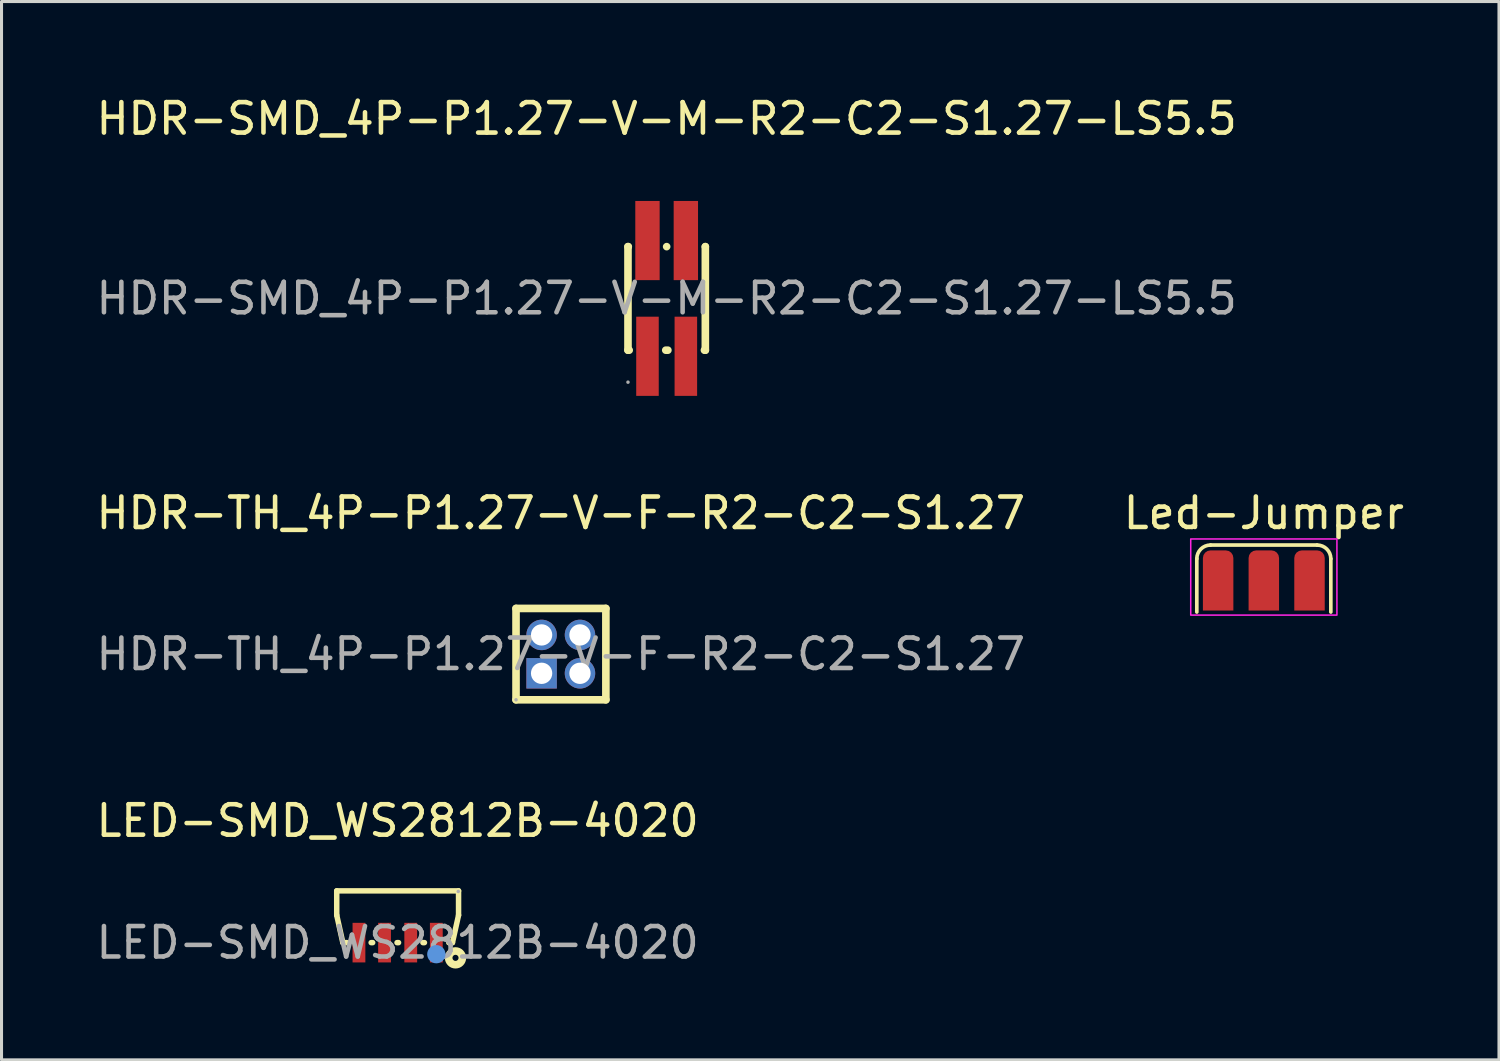
<source format=kicad_pcb>
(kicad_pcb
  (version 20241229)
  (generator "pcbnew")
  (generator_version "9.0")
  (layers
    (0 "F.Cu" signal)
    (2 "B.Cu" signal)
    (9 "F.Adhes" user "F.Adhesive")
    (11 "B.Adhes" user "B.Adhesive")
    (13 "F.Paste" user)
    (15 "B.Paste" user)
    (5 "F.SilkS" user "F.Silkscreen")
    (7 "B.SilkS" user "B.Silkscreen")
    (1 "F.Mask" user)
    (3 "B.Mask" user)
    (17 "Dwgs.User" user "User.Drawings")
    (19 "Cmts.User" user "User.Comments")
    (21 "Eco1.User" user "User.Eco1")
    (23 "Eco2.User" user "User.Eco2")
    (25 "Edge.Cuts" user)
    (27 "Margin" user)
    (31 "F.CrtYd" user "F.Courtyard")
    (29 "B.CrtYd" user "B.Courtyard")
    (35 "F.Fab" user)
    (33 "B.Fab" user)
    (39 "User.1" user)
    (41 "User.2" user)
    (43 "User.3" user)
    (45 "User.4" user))
  (footprint "Led-Jumper"
    (layer "F.Cu")
    (at 38.446 15.896)
    (property "Reference" "Led-Jumper" (at 0 -2.1 0) (layer "F.SilkS") (effects (font (size 1 1) (thickness 0.15))))
    (attr exclude_from_pos_files exclude_from_bom)
    (fp_line (start -2.2 -0.6) (end -2.2 1.15) (stroke (width 0.12) (type solid)) (layer "F.SilkS"))
    (fp_line (start 1.75 -1.05) (end -1.75 -1.05) (stroke (width 0.12) (type solid)) (layer "F.SilkS"))
    (fp_line (start 2.2 -0.6) (end 2.2 1.15) (stroke (width 0.12) (type solid)) (layer "F.SilkS"))
    (fp_arc (start -2.2 -0.6) (mid -2.068198 -0.918198) (end -1.75 -1.05) (stroke (width 0.12) (type solid)) (layer "F.SilkS"))
    (fp_arc (start 1.75 -1.05) (mid 2.068198 -0.918198) (end 2.2 -0.6) (stroke (width 0.12) (type solid)) (layer "F.SilkS"))
    (fp_rect (start -2.4 -1.25) (end 2.4 1.25) (stroke (width 0.05) (type default)) (fill no) (layer "F.CrtYd"))
    (pad "" smd roundrect (at -1.5 0.212) (size 1 2.175) (layers "F.Mask") (roundrect_rratio 0.25) (chamfer_ratio 0) (chamfer bottom_left bottom_right))
    (pad "" smd roundrect (at 0 0.212) (size 1 2.175) (layers "F.Mask") (roundrect_rratio 0.25) (chamfer_ratio 0) (chamfer bottom_left bottom_right))
    (pad "" smd roundrect (at 1.5 0.212) (size 1 2.175) (layers "F.Mask") (roundrect_rratio 0.25) (chamfer_ratio 0) (chamfer bottom_left bottom_right))
    (pad "1" smd roundrect (at -1.5 0.113) (size 1 1.975) (layers "F.Cu" "F.Mask") (roundrect_rratio 0.25) (chamfer_ratio 0) (chamfer bottom_left bottom_right))
    (pad "2" smd roundrect (at 0 0.113) (size 1 1.975) (layers "F.Cu" "F.Mask") (roundrect_rratio 0.25) (chamfer_ratio 0) (chamfer bottom_left bottom_right))
    (pad "3" smd roundrect (at 1.5 0.113) (size 1 1.975) (layers "F.Cu" "F.Mask") (roundrect_rratio 0.25) (chamfer_ratio 0) (chamfer bottom_left bottom_right)))
  (footprint "LED-SMD_WS2812B-4020"
    (layer "F.Cu")
    (at 10.006 27.9)
    (property "Reference" "LED-SMD_WS2812B-4020" (at 0 -4 0) (layer "F.SilkS") (effects (font (size 1 1) (thickness 0.15))))
    (attr smd)
    (fp_line (start -2 -1.7) (end 2 -1.7) (stroke (width 0.18) (type solid)) (layer "F.SilkS"))
    (fp_line (start -2 -0.9) (end -2 -1.7) (stroke (width 0.18) (type solid)) (layer "F.SilkS"))
    (fp_line (start -1.8 0) (end -2 -0.9) (stroke (width 0.18) (type solid)) (layer "F.SilkS"))
    (fp_line (start -1.67 0) (end -1.8 0) (stroke (width 0.18) (type solid)) (layer "F.SilkS"))
    (fp_line (start -0.82 0) (end -0.87 0) (stroke (width 0.18) (type solid)) (layer "F.SilkS"))
    (fp_line (start 0.03 0) (end -0.02 0) (stroke (width 0.18) (type solid)) (layer "F.SilkS"))
    (fp_line (start 0.88 0) (end 0.83 0) (stroke (width 0.18) (type solid)) (layer "F.SilkS"))
    (fp_line (start 1.8 0) (end 1.68 0) (stroke (width 0.18) (type solid)) (layer "F.SilkS"))
    (fp_line (start 2 -1.7) (end 2 -0.9) (stroke (width 0.18) (type solid)) (layer "F.SilkS"))
    (fp_line (start 2 -0.9) (end 1.8 0) (stroke (width 0.18) (type solid)) (layer "F.SilkS"))
    (fp_circle (center 1.9 0.5) (end 2 0.5) (stroke (width 0.25) (type solid)) (fill no) (layer "F.SilkS"))
    (fp_circle (center 1.27 0.38) (end 1.42 0.38) (stroke (width 0.3) (type solid)) (fill no) (layer "Cmts.User"))
    (fp_circle (center 1.99 -1.68) (end 2.02 -1.68) (stroke (width 0.06) (type solid)) (fill no) (layer "F.Fab"))
    (fp_text user "${REFERENCE}" (at 0 0 0) (layer "F.Fab") (effects (font (size 1 1) (thickness 0.15))))
    (pad "1" smd rect (at 1.27 0) (size 0.42 1.3) (layers "F.Cu" "F.Mask" "F.Paste"))
    (pad "2" smd rect (at 0.43 0 180) (size 0.42 1.3) (layers "F.Cu" "F.Mask" "F.Paste"))
    (pad "3" smd rect (at -0.43 0 180) (size 0.42 1.3) (layers "F.Cu" "F.Mask" "F.Paste"))
    (pad "4" smd rect (at -1.27 0 180) (size 0.42 1.3) (layers "F.Cu" "F.Mask" "F.Paste")))
  (footprint "HDR-TH_4P-P1.27-V-F-R2-C2-S1.27"
    (layer "F.Cu")
    (at 15.363 18.427)
    (property "Reference" "HDR-TH_4P-P1.27-V-F-R2-C2-S1.27" (at 0 -4.63 0) (layer "F.SilkS") (effects (font (size 1 1) (thickness 0.15))))
    (attr through_hole)
    (fp_line (start -1.47 -1.5) (end -1.47 1.5) (stroke (width 0.25) (type solid)) (layer "F.SilkS"))
    (fp_line (start -1.47 -1.5) (end 1.48 -1.5) (stroke (width 0.25) (type solid)) (layer "F.SilkS"))
    (fp_line (start -1.47 1.5) (end 1.48 1.5) (stroke (width 0.25) (type solid)) (layer "F.SilkS"))
    (fp_line (start 1.48 -1.5) (end 1.48 1.5) (stroke (width 0.25) (type solid)) (layer "F.SilkS"))
    (fp_circle (center -1.47 1.5) (end -1.44 1.5) (stroke (width 0.06) (type solid)) (fill no) (layer "F.Fab"))
    (fp_text user "${REFERENCE}" (at 0 0 0) (layer "F.Fab") (effects (font (size 1 1) (thickness 0.15))))
    (pad "1" thru_hole rect (at -0.63 0.63) (size 1 1) (drill 0.7) (layers "*.Cu" "*.Mask"))
    (pad "2" thru_hole circle (at -0.63 -0.63) (size 1 1) (drill 0.7) (layers "*.Cu" "*.Mask"))
    (pad "3" thru_hole circle (at 0.63 0.63) (size 1 1) (drill 0.7) (layers "*.Cu" "*.Mask"))
    (pad "4" thru_hole circle (at 0.63 -0.63) (size 1 1) (drill 0.7) (layers "*.Cu" "*.Mask")))
  (footprint "HDR-SMD_4P-P1.27-V-M-R2-C2-S1.27-LS5.5"
    (layer "F.Cu")
    (at 18.839 6.748)
    (property "Reference" "HDR-SMD_4P-P1.27-V-M-R2-C2-S1.27-LS5.5" (at 0 -5.9 0) (layer "F.SilkS") (effects (font (size 1 1) (thickness 0.15))))
    (attr smd)
    (fp_line (start -1.27 -1.7) (end -1.27 1.7) (stroke (width 0.25) (type solid)) (layer "F.SilkS"))
    (fp_line (start -1.27 -1.7) (end -1.26 -1.7) (stroke (width 0.25) (type solid)) (layer "F.SilkS"))
    (fp_line (start -1.27 1.7) (end -1.23 1.7) (stroke (width 0.25) (type solid)) (layer "F.SilkS"))
    (fp_line (start -0.03 1.7) (end 0.04 1.7) (stroke (width 0.25) (type solid)) (layer "F.SilkS"))
    (fp_line (start 0 -1.7) (end 0 -1.7) (stroke (width 0.25) (type solid)) (layer "F.SilkS"))
    (fp_line (start 1.24 1.7) (end 1.27 1.7) (stroke (width 0.25) (type solid)) (layer "F.SilkS"))
    (fp_line (start 1.27 -1.7) (end 1.27 -1.7) (stroke (width 0.25) (type solid)) (layer "F.SilkS"))
    (fp_line (start 1.27 -1.7) (end 1.27 1.7) (stroke (width 0.25) (type solid)) (layer "F.SilkS"))
    (fp_circle (center -1.27 2.75) (end -1.24 2.75) (stroke (width 0.06) (type solid)) (fill no) (layer "F.Fab"))
    (fp_text user "${REFERENCE}" (at 0 0 0) (layer "F.Fab") (effects (font (size 1 1) (thickness 0.15))))
    (pad "1" smd rect (at -0.63 1.9 90) (size 2.6 0.74) (layers "F.Cu" "F.Mask" "F.Paste"))
    (pad "2" smd rect (at -0.63 -1.9 90) (size 2.6 0.8) (layers "F.Cu" "F.Mask" "F.Paste"))
    (pad "3" smd rect (at 0.63 1.9 90) (size 2.6 0.74) (layers "F.Cu" "F.Mask" "F.Paste"))
    (pad "4" smd rect (at 0.63 -1.9 90) (size 2.6 0.8) (layers "F.Cu" "F.Mask" "F.Paste")))
  (gr_rect
    (start -3 -3)
    (end 46.167 31.748)
    (stroke (width 0.1) (type default))
    (fill no)
    (layer "Edge.Cuts")))
</source>
